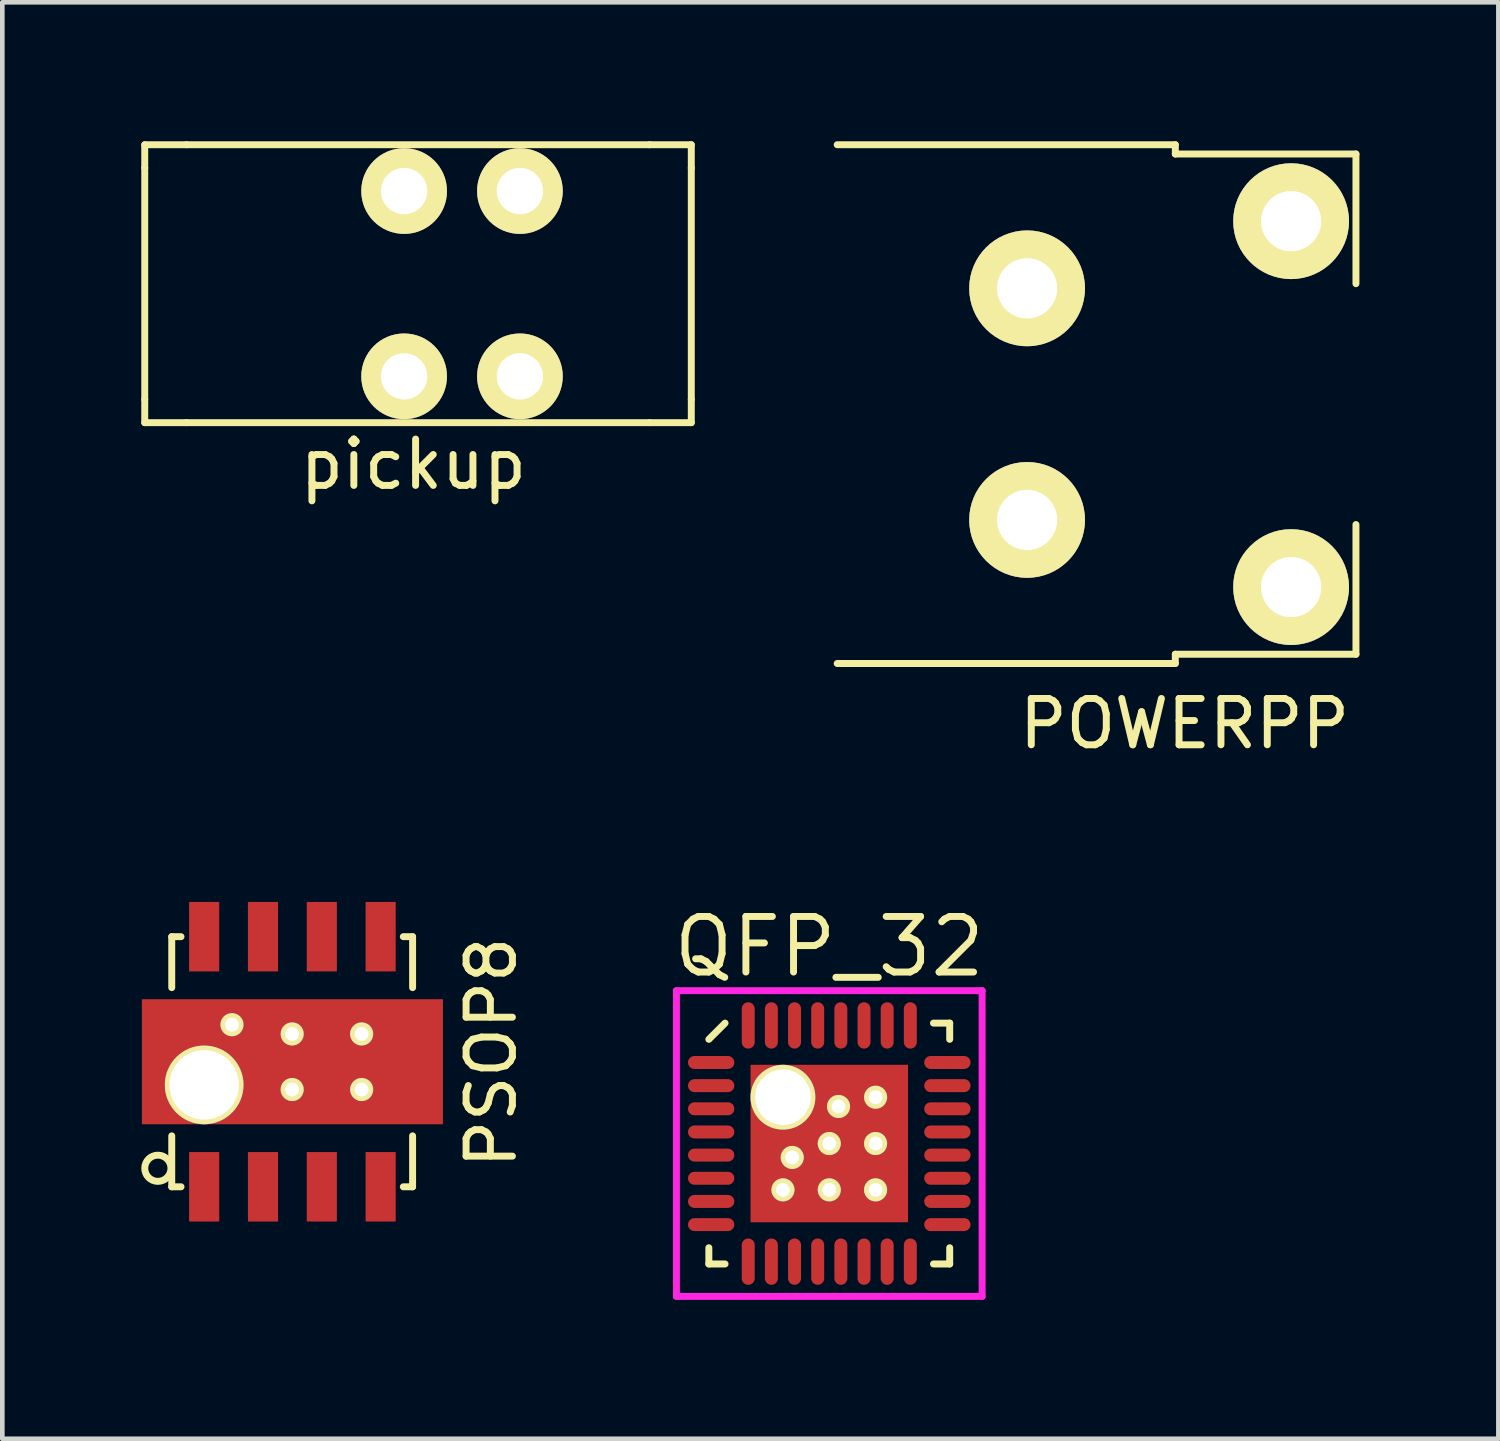
<source format=kicad_pcb>
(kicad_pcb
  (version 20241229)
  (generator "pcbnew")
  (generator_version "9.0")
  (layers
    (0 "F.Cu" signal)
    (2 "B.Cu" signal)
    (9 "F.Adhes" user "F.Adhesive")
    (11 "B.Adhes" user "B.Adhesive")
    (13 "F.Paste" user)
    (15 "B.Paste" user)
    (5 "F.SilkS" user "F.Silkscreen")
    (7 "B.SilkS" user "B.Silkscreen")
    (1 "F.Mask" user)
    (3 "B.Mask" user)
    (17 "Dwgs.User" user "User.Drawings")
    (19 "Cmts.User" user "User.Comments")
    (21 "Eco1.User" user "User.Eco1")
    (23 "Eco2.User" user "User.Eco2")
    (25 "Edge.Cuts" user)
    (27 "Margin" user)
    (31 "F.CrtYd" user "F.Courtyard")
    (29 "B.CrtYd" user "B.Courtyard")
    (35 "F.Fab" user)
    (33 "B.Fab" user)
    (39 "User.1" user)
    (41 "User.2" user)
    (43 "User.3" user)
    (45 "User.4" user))
  (footprint "pickup"
    (layer "F.Cu")
    (at 5.975 3.075)
    (property "Reference" "pickup" (at -0.1 3.9 0) (layer "F.SilkS") (effects (font (size 1 1) (thickness 0.15))))
    (attr through_hole)
    (fp_line (start -5.9 -3) (end -5.9 -2.5) (stroke (width 0.15) (type solid)) (layer "F.SilkS"))
    (fp_line (start -5.9 2.5) (end -5.9 -2.5) (stroke (width 0.15) (type solid)) (layer "F.SilkS"))
    (fp_line (start -5.9 2.5) (end -5.9 3) (stroke (width 0.15) (type solid)) (layer "F.SilkS"))
    (fp_line (start -5.9 3) (end -5 3) (stroke (width 0.15) (type solid)) (layer "F.SilkS"))
    (fp_line (start -5 -3) (end -5.9 -3) (stroke (width 0.15) (type solid)) (layer "F.SilkS"))
    (fp_line (start -5 -3) (end 5 -3) (stroke (width 0.15) (type solid)) (layer "F.SilkS"))
    (fp_line (start 5 -3) (end 5.9 -3) (stroke (width 0.15) (type solid)) (layer "F.SilkS"))
    (fp_line (start 5 3) (end -5 3) (stroke (width 0.15) (type solid)) (layer "F.SilkS"))
    (fp_line (start 5 3) (end 5.9 3) (stroke (width 0.15) (type solid)) (layer "F.SilkS"))
    (fp_line (start 5.9 -3) (end 5.9 -2.5) (stroke (width 0.15) (type solid)) (layer "F.SilkS"))
    (fp_line (start 5.9 -2.5) (end 5.9 2.5) (stroke (width 0.15) (type solid)) (layer "F.SilkS"))
    (fp_line (start 5.9 3) (end 5.9 2.5) (stroke (width 0.15) (type solid)) (layer "F.SilkS"))
    (pad "1" thru_hole circle (at -0.3 -2) (size 1.85 1.85) (drill 1) (layers "*.Cu" "*.Mask" "F.SilkS"))
    (pad "2" thru_hole circle (at -0.3 2) (size 1.85 1.85) (drill 1) (layers "*.Cu" "*.Mask" "F.SilkS"))
    (pad "3" thru_hole circle (at 2.2 -2) (size 1.85 1.85) (drill 1) (layers "*.Cu" "*.Mask" "F.SilkS"))
    (pad "4" thru_hole circle (at 2.2 2) (size 1.85 1.85) (drill 1) (layers "*.Cu" "*.Mask" "F.SilkS")))
  (footprint "PSOP8"
    (layer "F.Cu")
    (at 1.358 22.573)
    (property "Reference" "PSOP8" (at 6.2 -2.9 90) (layer "F.SilkS") (effects (font (size 1 1) (thickness 0.15))))
    (attr through_hole)
    (fp_line (start -0.7 -5.4) (end -0.7 -4.3) (stroke (width 0.15) (type solid)) (layer "F.SilkS"))
    (fp_line (start -0.7 0) (end -0.7 -1.1) (stroke (width 0.15) (type solid)) (layer "F.SilkS"))
    (fp_line (start -0.5 -5.4) (end -0.7 -5.4) (stroke (width 0.15) (type solid)) (layer "F.SilkS"))
    (fp_line (start -0.5 0) (end -0.7 0) (stroke (width 0.15) (type solid)) (layer "F.SilkS"))
    (fp_line (start 4.3 -5.4) (end 4.5 -5.4) (stroke (width 0.15) (type solid)) (layer "F.SilkS"))
    (fp_line (start 4.3 0) (end 4.5 0) (stroke (width 0.15) (type solid)) (layer "F.SilkS"))
    (fp_line (start 4.5 -5.4) (end 4.5 -4.3) (stroke (width 0.15) (type solid)) (layer "F.SilkS"))
    (fp_line (start 4.5 0) (end 4.5 -1.1) (stroke (width 0.15) (type solid)) (layer "F.SilkS"))
    (fp_circle (center -1 -0.4) (end -1.2 -0.6) (stroke (width 0.15) (type solid)) (fill no) (layer "F.SilkS"))
    (pad "1" smd rect (at 0 0) (size 0.65 1.5) (layers "F.Cu" "F.Mask" "F.Paste"))
    (pad "2" smd rect (at 1.27 0) (size 0.65 1.5) (layers "F.Cu" "F.Mask" "F.Paste"))
    (pad "3" smd rect (at 2.54 0) (size 0.65 1.5) (layers "F.Cu" "F.Mask" "F.Paste"))
    (pad "4" smd rect (at 3.81 0) (size 0.65 1.5) (layers "F.Cu" "F.Mask" "F.Paste"))
    (pad "5" smd rect (at 3.81 -5.4) (size 0.65 1.5) (layers "F.Cu" "F.Mask" "F.Paste"))
    (pad "6" smd rect (at 2.54 -5.4) (size 0.65 1.5) (layers "F.Cu" "F.Mask" "F.Paste"))
    (pad "7" thru_hole circle (at 0 -2.2) (size 1.7 1.7) (drill 1.5) (layers "*.Cu" "*.Mask" "F.SilkS"))
    (pad "7" thru_hole circle (at 0.6 -3.5) (size 0.5 0.5) (drill 0.3) (layers "*.Cu" "*.Mask" "F.SilkS"))
    (pad "7" smd rect (at 1.27 -5.4) (size 0.65 1.5) (layers "F.Cu" "F.Mask" "F.Paste"))
    (pad "7" thru_hole circle (at 1.9 -3.3) (size 0.5 0.5) (drill 0.3) (layers "*.Cu" "*.Mask" "F.SilkS"))
    (pad "7" thru_hole circle (at 1.9 -2.1) (size 0.5 0.5) (drill 0.3) (layers "*.Cu" "*.Mask" "F.SilkS"))
    (pad "7" smd rect (at 1.905 -2.7) (size 6.5 2.7) (layers "F.Cu" "F.Mask" "F.Paste"))
    (pad "7" thru_hole circle (at 3.4 -3.3) (size 0.5 0.5) (drill 0.3) (layers "*.Cu" "*.Mask" "F.SilkS"))
    (pad "7" thru_hole circle (at 3.4 -2.1) (size 0.5 0.5) (drill 0.3) (layers "*.Cu" "*.Mask" "F.SilkS"))
    (pad "8" smd rect (at 0 -5.4) (size 0.65 1.5) (layers "F.Cu" "F.Mask" "F.Paste")))
  (footprint "QFP_32"
    (layer "F.Cu")
    (at 14.854 21.639)
    (property "Reference" "QFP_32" (at 0 -4.25 0) (layer "F.SilkS") (effects (font (size 1.2 1.2) (thickness 0.15))))
    (attr through_hole)
    (fp_line (start -2.6 -2.25) (end -2.25 -2.6) (stroke (width 0.15) (type solid)) (layer "F.SilkS"))
    (fp_line (start -2.6 2.6) (end -2.6 2.25) (stroke (width 0.15) (type solid)) (layer "F.SilkS"))
    (fp_line (start -2.25 2.6) (end -2.6 2.6) (stroke (width 0.15) (type solid)) (layer "F.SilkS"))
    (fp_line (start 2.25 -2.6) (end 2.6 -2.6) (stroke (width 0.15) (type solid)) (layer "F.SilkS"))
    (fp_line (start 2.25 2.6) (end 2.6 2.6) (stroke (width 0.15) (type solid)) (layer "F.SilkS"))
    (fp_line (start 2.6 -2.6) (end 2.6 -2.25) (stroke (width 0.15) (type solid)) (layer "F.SilkS"))
    (fp_line (start 2.6 2.6) (end 2.6 2.25) (stroke (width 0.15) (type solid)) (layer "F.SilkS"))
    (fp_line (start -3.3 -3.3) (end 3.3 -3.3) (stroke (width 0.15) (type solid)) (layer "F.CrtYd"))
    (fp_line (start -3.3 3.3) (end -3.3 -3.3) (stroke (width 0.15) (type solid)) (layer "F.CrtYd"))
    (fp_line (start 3.3 -3.3) (end 3.3 3.3) (stroke (width 0.15) (type solid)) (layer "F.CrtYd"))
    (fp_line (start 3.3 3.3) (end -3.3 3.3) (stroke (width 0.15) (type solid)) (layer "F.CrtYd"))
    (pad "1" smd oval (at -2.55 -1.75 90) (size 0.28 1) (layers "F.Cu" "F.Mask" "F.Paste"))
    (pad "2" smd oval (at -2.55 -1.25 90) (size 0.28 1) (layers "F.Cu" "F.Mask" "F.Paste"))
    (pad "3" smd oval (at -2.55 -0.75 90) (size 0.28 1) (layers "F.Cu" "F.Mask" "F.Paste"))
    (pad "4" smd oval (at -2.55 -0.25 90) (size 0.28 1) (layers "F.Cu" "F.Mask" "F.Paste"))
    (pad "5" smd oval (at -2.55 0.25 90) (size 0.28 1) (layers "F.Cu" "F.Mask" "F.Paste"))
    (pad "6" smd oval (at -2.55 0.75 90) (size 0.28 1) (layers "F.Cu" "F.Mask" "F.Paste"))
    (pad "7" smd oval (at -2.55 1.25 90) (size 0.28 1) (layers "F.Cu" "F.Mask" "F.Paste"))
    (pad "8" smd oval (at -2.55 1.75 90) (size 0.28 1) (layers "F.Cu" "F.Mask" "F.Paste"))
    (pad "9" smd oval (at -1.75 2.55) (size 0.28 1) (layers "F.Cu" "F.Mask" "F.Paste"))
    (pad "10" smd oval (at -1.25 2.55) (size 0.28 1) (layers "F.Cu" "F.Mask" "F.Paste"))
    (pad "11" smd oval (at -0.75 2.55) (size 0.28 1) (layers "F.Cu" "F.Mask" "F.Paste"))
    (pad "12" smd oval (at -0.25 2.55) (size 0.28 1) (layers "F.Cu" "F.Mask" "F.Paste"))
    (pad "13" smd oval (at 0.25 2.55) (size 0.28 1) (layers "F.Cu" "F.Mask" "F.Paste"))
    (pad "14" smd oval (at 0.75 2.55) (size 0.28 1) (layers "F.Cu" "F.Mask" "F.Paste"))
    (pad "15" smd oval (at 1.25 2.55) (size 0.28 1) (layers "F.Cu" "F.Mask" "F.Paste"))
    (pad "16" smd oval (at 1.75 2.55) (size 0.28 1) (layers "F.Cu" "F.Mask" "F.Paste"))
    (pad "17" smd oval (at 2.55 1.75 90) (size 0.28 1) (layers "F.Cu" "F.Mask" "F.Paste"))
    (pad "18" smd oval (at 2.55 1.25 90) (size 0.28 1) (layers "F.Cu" "F.Mask" "F.Paste"))
    (pad "19" smd oval (at 2.55 0.75 90) (size 0.28 1) (layers "F.Cu" "F.Mask" "F.Paste"))
    (pad "20" smd oval (at 2.55 0.25 90) (size 0.28 1) (layers "F.Cu" "F.Mask" "F.Paste"))
    (pad "21" smd oval (at 2.55 -0.25 90) (size 0.28 1) (layers "F.Cu" "F.Mask" "F.Paste"))
    (pad "22" smd oval (at 2.55 -0.75 90) (size 0.28 1) (layers "F.Cu" "F.Mask" "F.Paste"))
    (pad "23" smd oval (at 2.55 -1.25 90) (size 0.28 1) (layers "F.Cu" "F.Mask" "F.Paste"))
    (pad "24" smd oval (at 2.55 -1.75 90) (size 0.28 1) (layers "F.Cu" "F.Mask" "F.Paste"))
    (pad "25" smd oval (at 1.75 -2.55) (size 0.28 1) (layers "F.Cu" "F.Mask" "F.Paste"))
    (pad "26" smd oval (at 1.25 -2.55) (size 0.28 1) (layers "F.Cu" "F.Mask" "F.Paste"))
    (pad "27" smd oval (at 0.75 -2.55) (size 0.28 1) (layers "F.Cu" "F.Mask" "F.Paste"))
    (pad "28" smd oval (at 0.25 -2.55) (size 0.28 1) (layers "F.Cu" "F.Mask" "F.Paste"))
    (pad "29" smd oval (at -0.25 -2.55) (size 0.28 1) (layers "F.Cu" "F.Mask" "F.Paste"))
    (pad "30" smd oval (at -0.75 -2.55) (size 0.28 1) (layers "F.Cu" "F.Mask" "F.Paste"))
    (pad "31" smd oval (at -1.25 -2.55) (size 0.28 1) (layers "F.Cu" "F.Mask" "F.Paste"))
    (pad "32" smd oval (at -1.75 -2.55) (size 0.28 1) (layers "F.Cu" "F.Mask" "F.Paste"))
    (pad "33" thru_hole circle (at -1 -1) (size 1.4 1.4) (drill 1.2) (layers "*.Cu" "*.Mask" "F.SilkS"))
    (pad "33" thru_hole circle (at -1 1) (size 0.5 0.5) (drill 0.3) (layers "*.Cu" "*.Mask" "F.SilkS"))
    (pad "33" thru_hole circle (at -0.8 0.3) (size 0.5 0.5) (drill 0.3) (layers "*.Cu" "*.Mask" "F.SilkS"))
    (pad "33" thru_hole circle (at 0 0) (size 0.5 0.5) (drill 0.3) (layers "*.Cu" "*.Mask" "F.SilkS"))
    (pad "33" smd rect (at 0 0) (size 3.4 3.4) (layers "F.Cu" "F.Mask" "F.Paste"))
    (pad "33" thru_hole circle (at 0 1) (size 0.5 0.5) (drill 0.3) (layers "*.Cu" "*.Mask" "F.SilkS"))
    (pad "33" thru_hole circle (at 0.2 -0.8) (size 0.5 0.5) (drill 0.3) (layers "*.Cu" "*.Mask" "F.SilkS"))
    (pad "33" thru_hole circle (at 1 -1) (size 0.5 0.5) (drill 0.3) (layers "*.Cu" "*.Mask" "F.SilkS"))
    (pad "33" thru_hole circle (at 1 0) (size 0.5 0.5) (drill 0.3) (layers "*.Cu" "*.Mask" "F.SilkS"))
    (pad "33" thru_hole circle (at 1 1) (size 0.5 0.5) (drill 0.3) (layers "*.Cu" "*.Mask" "F.SilkS")))
  (footprint "POWERPP"
    (layer "F.Cu")
    (at 22.525 5.675)
    (property "Reference" "POWERPP" (at 0 6.9 0) (layer "F.SilkS") (effects (font (size 1 1) (thickness 0.15))))
    (attr through_hole)
    (fp_line (start -0.2 -5.6) (end -7.5 -5.6) (stroke (width 0.15) (type solid)) (layer "F.SilkS"))
    (fp_line (start -0.2 -5.6) (end -0.2 -5.4) (stroke (width 0.15) (type solid)) (layer "F.SilkS"))
    (fp_line (start -0.2 -5.4) (end 3.7 -5.4) (stroke (width 0.15) (type solid)) (layer "F.SilkS"))
    (fp_line (start -0.2 5.4) (end 3.7 5.4) (stroke (width 0.15) (type solid)) (layer "F.SilkS"))
    (fp_line (start -0.2 5.6) (end -7.5 5.6) (stroke (width 0.15) (type solid)) (layer "F.SilkS"))
    (fp_line (start -0.2 5.6) (end -0.2 5.4) (stroke (width 0.15) (type solid)) (layer "F.SilkS"))
    (fp_line (start 3.7 -5.4) (end 3.7 -2.6) (stroke (width 0.15) (type solid)) (layer "F.SilkS"))
    (fp_line (start 3.7 5.4) (end 3.7 2.6) (stroke (width 0.15) (type solid)) (layer "F.SilkS"))
    (pad "1" thru_hole circle (at -3.4 -2.5) (size 2.5 2.5) (drill 1.3) (layers "*.Cu" "*.Mask" "F.SilkS"))
    (pad "1" thru_hole circle (at 2.3 -3.95) (size 2.5 2.5) (drill 1.3) (layers "*.Cu" "*.Mask" "F.SilkS"))
    (pad "2" thru_hole circle (at -3.4 2.5) (size 2.5 2.5) (drill 1.3) (layers "*.Cu" "*.Mask" "F.SilkS"))
    (pad "2" thru_hole circle (at 2.3 3.95) (size 2.5 2.5) (drill 1.3) (layers "*.Cu" "*.Mask" "F.SilkS")))
  (gr_rect
    (start -3 -3)
    (end 29.3 28.014)
    (stroke (width 0.1) (type default))
    (fill no)
    (layer "Edge.Cuts")))
</source>
